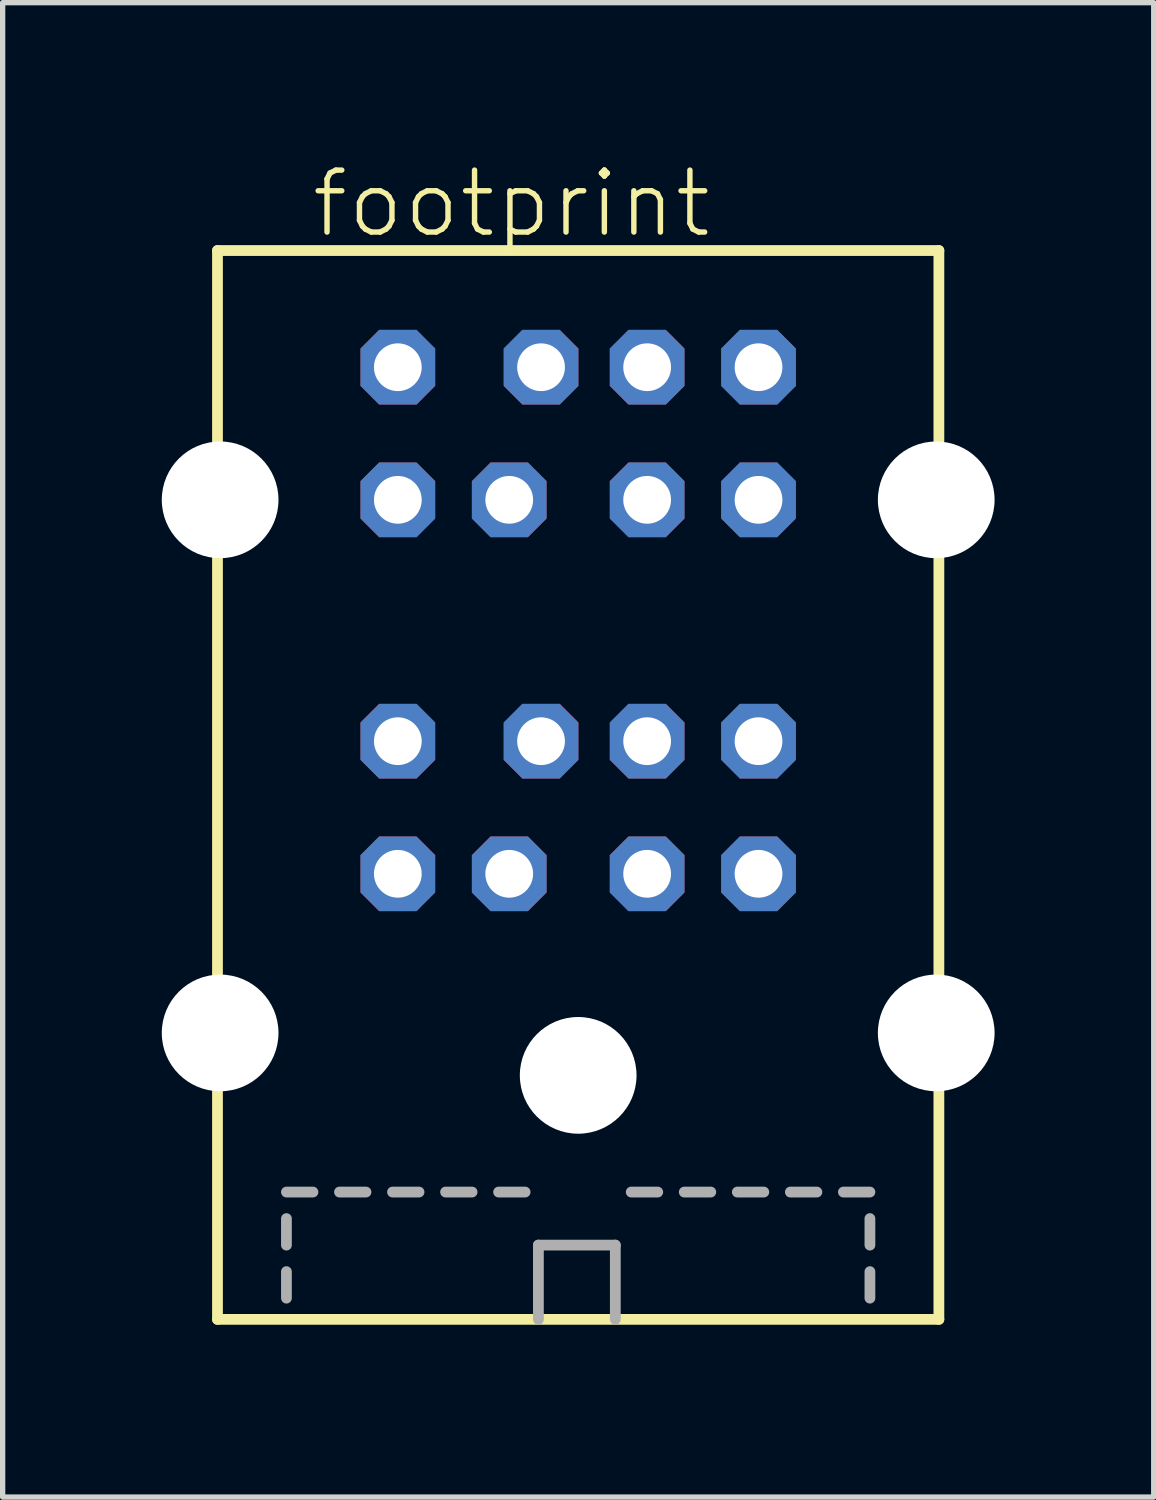
<source format=kicad_pcb>
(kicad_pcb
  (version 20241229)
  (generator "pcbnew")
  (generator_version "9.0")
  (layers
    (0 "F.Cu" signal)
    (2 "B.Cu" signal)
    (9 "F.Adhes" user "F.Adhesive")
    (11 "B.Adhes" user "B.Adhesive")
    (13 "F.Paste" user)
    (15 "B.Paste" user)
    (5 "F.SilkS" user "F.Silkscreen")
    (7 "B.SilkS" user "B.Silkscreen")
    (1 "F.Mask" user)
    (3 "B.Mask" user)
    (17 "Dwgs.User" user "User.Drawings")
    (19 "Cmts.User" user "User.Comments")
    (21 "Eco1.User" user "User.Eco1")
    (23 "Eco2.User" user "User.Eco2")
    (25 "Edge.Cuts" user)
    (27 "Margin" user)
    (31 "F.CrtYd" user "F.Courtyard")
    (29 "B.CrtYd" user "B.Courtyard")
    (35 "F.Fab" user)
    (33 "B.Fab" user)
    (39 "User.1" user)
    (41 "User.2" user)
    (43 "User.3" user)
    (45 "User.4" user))
  (footprint "footprint"
    (layer "F.Cu")
    (at 7.85 21.923)
    (property "Reference" "footprint" (at -5.08 -20.45 0) (layer "F.SilkS") (effects (font (size 1.168 1.168) (thickness 0.102)) (justify left bottom)))
    (fp_line (start -6.8 -20.25) (end -6.8 -0.1) (stroke (width 0.203) (type solid)) (layer "F.SilkS"))
    (fp_line (start -6.8 -0.1) (end 6.8 -0.1) (stroke (width 0.203) (type solid)) (layer "F.SilkS"))
    (fp_line (start 6.8 -20.25) (end -6.8 -20.25) (stroke (width 0.203) (type solid)) (layer "F.SilkS"))
    (fp_line (start 6.8 -0.1) (end 6.8 -20.25) (stroke (width 0.203) (type solid)) (layer "F.SilkS"))
    (fp_line (start -5.5 -2.5) (end -5 -2.5) (stroke (width 0.203) (type solid)) (layer "F.Fab"))
    (fp_line (start -5.5 -1.5) (end -5.5 -2) (stroke (width 0.203) (type solid)) (layer "F.Fab"))
    (fp_line (start -5.5 -0.5) (end -5.5 -1) (stroke (width 0.203) (type solid)) (layer "F.Fab"))
    (fp_line (start -4.5 -2.5) (end -4 -2.5) (stroke (width 0.203) (type solid)) (layer "F.Fab"))
    (fp_line (start -3.5 -2.5) (end -3 -2.5) (stroke (width 0.203) (type solid)) (layer "F.Fab"))
    (fp_line (start -2.5 -2.5) (end -2 -2.5) (stroke (width 0.203) (type solid)) (layer "F.Fab"))
    (fp_line (start -1.5 -2.5) (end -1 -2.5) (stroke (width 0.203) (type solid)) (layer "F.Fab"))
    (fp_line (start -0.75 -1.5) (end 0.7 -1.5) (stroke (width 0.203) (type solid)) (layer "F.Fab"))
    (fp_line (start -0.75 -0.1) (end -0.75 -1.5) (stroke (width 0.203) (type solid)) (layer "F.Fab"))
    (fp_line (start 0.7 -1.5) (end 0.7 -0.1) (stroke (width 0.203) (type solid)) (layer "F.Fab"))
    (fp_line (start 1 -2.5) (end 1.5 -2.5) (stroke (width 0.203) (type solid)) (layer "F.Fab"))
    (fp_line (start 2 -2.5) (end 2.5 -2.5) (stroke (width 0.203) (type solid)) (layer "F.Fab"))
    (fp_line (start 3 -2.5) (end 3.5 -2.5) (stroke (width 0.203) (type solid)) (layer "F.Fab"))
    (fp_line (start 4 -2.5) (end 4.5 -2.5) (stroke (width 0.203) (type solid)) (layer "F.Fab"))
    (fp_line (start 5 -2.5) (end 5.5 -2.5) (stroke (width 0.203) (type solid)) (layer "F.Fab"))
    (fp_line (start 5.5 -1.5) (end 5.5 -2) (stroke (width 0.203) (type solid)) (layer "F.Fab"))
    (fp_line (start 5.5 -0.5) (end 5.5 -1) (stroke (width 0.203) (type solid)) (layer "F.Fab"))
    (pad "" np_thru_hole circle (at -6.75 -15.55) (size 2.2 2.2) (drill 2.2) (layers "*.Cu" "*.Mask"))
    (pad "" np_thru_hole circle (at -6.75 -5.5) (size 2.2 2.2) (drill 2.2) (layers "*.Cu" "*.Mask"))
    (pad "" np_thru_hole circle (at 0 -4.7) (size 2.2 2.2) (drill 2.2) (layers "*.Cu" "*.Mask"))
    (pad "" np_thru_hole circle (at 6.75 -15.55) (size 2.2 2.2) (drill 2.2) (layers "*.Cu" "*.Mask"))
    (pad "" np_thru_hole circle (at 6.75 -5.5) (size 2.2 2.2) (drill 2.2) (layers "*.Cu" "*.Mask"))
    (pad "1-1" thru_hole roundrect (at 1.3 -8.5) (size 1.408 1.408) (drill 0.9) (layers "*.Cu" "*.Mask") (roundrect_rratio 0.25) (chamfer_ratio 0.25) (chamfer top_left top_right bottom_left bottom_right))
    (pad "1-2" thru_hole roundrect (at -1.3 -8.5) (size 1.408 1.408) (drill 0.9) (layers "*.Cu" "*.Mask") (roundrect_rratio 0.25) (chamfer_ratio 0.25) (chamfer top_left top_right bottom_left bottom_right))
    (pad "1-3" thru_hole roundrect (at 3.4 -8.5) (size 1.408 1.408) (drill 0.9) (layers "*.Cu" "*.Mask") (roundrect_rratio 0.25) (chamfer_ratio 0.25) (chamfer top_left top_right bottom_left bottom_right))
    (pad "1-4" thru_hole roundrect (at 1.3 -11) (size 1.408 1.408) (drill 0.9) (layers "*.Cu" "*.Mask") (roundrect_rratio 0.25) (chamfer_ratio 0.25) (chamfer top_left top_right bottom_left bottom_right))
    (pad "1-5" thru_hole roundrect (at -3.4 -8.5) (size 1.408 1.408) (drill 0.9) (layers "*.Cu" "*.Mask") (roundrect_rratio 0.25) (chamfer_ratio 0.25) (chamfer top_left top_right bottom_left bottom_right))
    (pad "1-6" thru_hole roundrect (at 3.4 -11) (size 1.408 1.408) (drill 0.9) (layers "*.Cu" "*.Mask") (roundrect_rratio 0.25) (chamfer_ratio 0.25) (chamfer top_left top_right bottom_left bottom_right))
    (pad "1-7" thru_hole roundrect (at -0.7 -11) (size 1.408 1.408) (drill 0.9) (layers "*.Cu" "*.Mask") (roundrect_rratio 0.25) (chamfer_ratio 0.25) (chamfer top_left top_right bottom_left bottom_right))
    (pad "1-8" thru_hole roundrect (at -3.4 -11) (size 1.408 1.408) (drill 0.9) (layers "*.Cu" "*.Mask") (roundrect_rratio 0.25) (chamfer_ratio 0.25) (chamfer top_left top_right bottom_left bottom_right))
    (pad "2-1" thru_hole roundrect (at 1.3 -15.55) (size 1.408 1.408) (drill 0.9) (layers "*.Cu" "*.Mask") (roundrect_rratio 0.25) (chamfer_ratio 0.25) (chamfer top_left top_right bottom_left bottom_right))
    (pad "2-2" thru_hole roundrect (at -1.3 -15.55) (size 1.408 1.408) (drill 0.9) (layers "*.Cu" "*.Mask") (roundrect_rratio 0.25) (chamfer_ratio 0.25) (chamfer top_left top_right bottom_left bottom_right))
    (pad "2-3" thru_hole roundrect (at 3.4 -15.55) (size 1.408 1.408) (drill 0.9) (layers "*.Cu" "*.Mask") (roundrect_rratio 0.25) (chamfer_ratio 0.25) (chamfer top_left top_right bottom_left bottom_right))
    (pad "2-4" thru_hole roundrect (at 1.3 -18.05) (size 1.408 1.408) (drill 0.9) (layers "*.Cu" "*.Mask") (roundrect_rratio 0.25) (chamfer_ratio 0.25) (chamfer top_left top_right bottom_left bottom_right))
    (pad "2-5" thru_hole roundrect (at -3.4 -15.55) (size 1.408 1.408) (drill 0.9) (layers "*.Cu" "*.Mask") (roundrect_rratio 0.25) (chamfer_ratio 0.25) (chamfer top_left top_right bottom_left bottom_right))
    (pad "2-6" thru_hole roundrect (at 3.4 -18.05) (size 1.408 1.408) (drill 0.9) (layers "*.Cu" "*.Mask") (roundrect_rratio 0.25) (chamfer_ratio 0.25) (chamfer top_left top_right bottom_left bottom_right))
    (pad "2-7" thru_hole roundrect (at -0.7 -18.05) (size 1.408 1.408) (drill 0.9) (layers "*.Cu" "*.Mask") (roundrect_rratio 0.25) (chamfer_ratio 0.25) (chamfer top_left top_right bottom_left bottom_right))
    (pad "2-8" thru_hole roundrect (at -3.4 -18.05) (size 1.408 1.408) (drill 0.9) (layers "*.Cu" "*.Mask") (roundrect_rratio 0.25) (chamfer_ratio 0.25) (chamfer top_left top_right bottom_left bottom_right)))
  (gr_rect
    (start -3 -3)
    (end 18.7 25.173)
    (stroke (width 0.1) (type default))
    (fill no)
    (layer "Edge.Cuts")))
</source>
